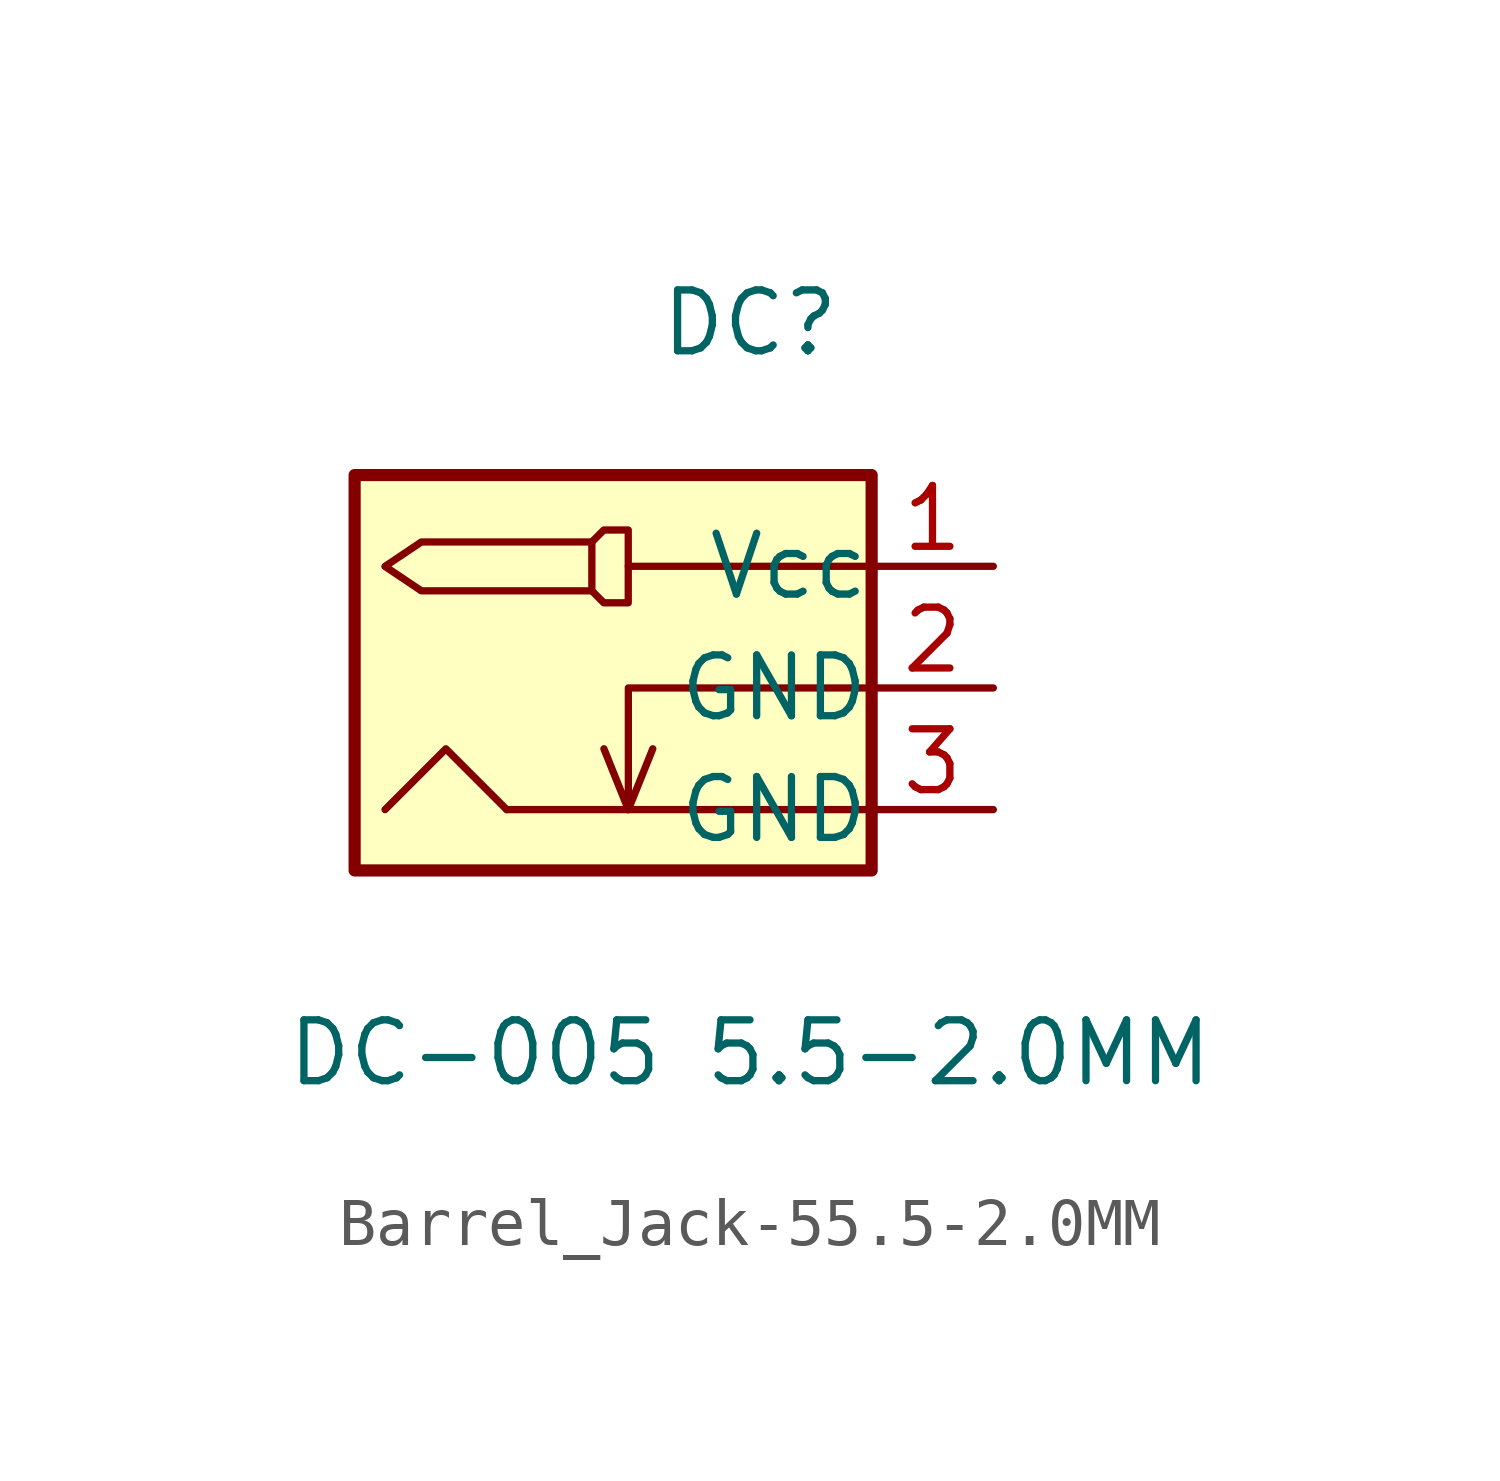
<source format=kicad_sym>
(kicad_symbol_lib
  (version 20220914)
  (generator kicad_symbol_editor)
  (symbol "Barrel_Jack-55.5-2.0MM"
    (pin_names
      (offset 0.002))
    (property "Reference" "DC"
      (at 0 7.62 0)
      (effects (font (size 1.27 1.27))))
    (property "Value" "DC-005 5.5-2.0MM"
      (at 0 -7.62 0)
      (effects (font (size 1.27 1.27))))
    (symbol "Barrel_Jack-55.5-2.0MM_0_1"
      (rectangle (start -8.255 4.445) (end 2.54 -3.81) (stroke (width 0.254) (type default)) (fill (type background)))
      (polyline (pts (xy -5.08 -2.54) (xy 2.54 -2.54)) (stroke (width 0) (type default)) (fill (type none)))
      (polyline (pts (xy -2.54 -2.54) (xy -2.03 -1.27)) (stroke (width 0) (type default)) (fill (type none)))
      (polyline (pts (xy -2.54 2.54) (xy 2.54 2.54)) (stroke (width 0) (type default)) (fill (type none)))
      (polyline (pts (xy -5.08 -2.54) (xy -6.35 -1.27) (xy -7.62 -2.54) (xy -7.62 -2.54)) (stroke (width 0) (type default)) (fill (type none)))
      (polyline (pts (xy 2.54 0) (xy -2.54 0) (xy -2.54 -2.54) (xy -3.05 -1.27)) (stroke (width 0) (type default)) (fill (type none)))
      (polyline (pts (xy -3.302 3.048) (xy -3.302 2.028) (xy -6.862 2.028) (xy -7.622 2.538) (xy -6.862 3.048) (xy -3.302 3.048)) (stroke (width 0) (type default)) (fill (type background)))
      (polyline (pts (xy -3.302 3.048) (xy -3.052 3.298) (xy -2.542 3.298) (xy -2.542 1.778) (xy -3.052 1.778) (xy -3.302 2.028)) (stroke (width 0) (type default)) (fill (type none))))
    (symbol "Barrel_Jack-55.5-2.0MM_1_1"
      (pin passive line (at 5.08 2.54 180) (length 2.54) (name "Vcc" (effects (font (size 1.27 1.27)))) (number "1" (effects (font (size 1.27 1.27)))))
      (pin passive line (at 5.08 0 180) (length 2.54) (name "GND" (effects (font (size 1.27 1.27)))) (number "2" (effects (font (size 1.27 1.27)))))
      (pin passive line (at 5.08 -2.54 180) (length 2.54) (name "GND" (effects (font (size 1.27 1.27)))) (number "3" (effects (font (size 1.27 1.27))))))))
</source>
